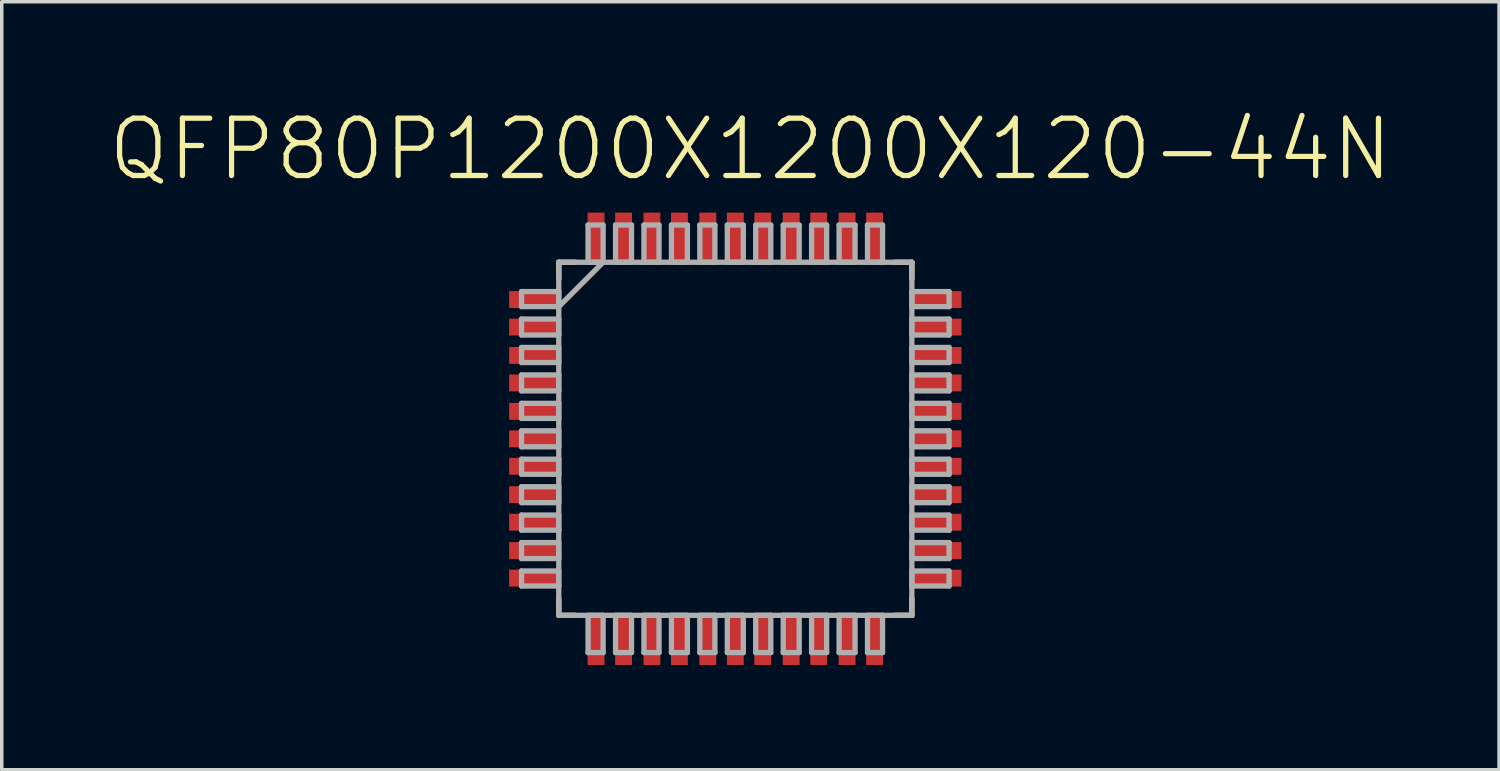
<source format=kicad_pcb>
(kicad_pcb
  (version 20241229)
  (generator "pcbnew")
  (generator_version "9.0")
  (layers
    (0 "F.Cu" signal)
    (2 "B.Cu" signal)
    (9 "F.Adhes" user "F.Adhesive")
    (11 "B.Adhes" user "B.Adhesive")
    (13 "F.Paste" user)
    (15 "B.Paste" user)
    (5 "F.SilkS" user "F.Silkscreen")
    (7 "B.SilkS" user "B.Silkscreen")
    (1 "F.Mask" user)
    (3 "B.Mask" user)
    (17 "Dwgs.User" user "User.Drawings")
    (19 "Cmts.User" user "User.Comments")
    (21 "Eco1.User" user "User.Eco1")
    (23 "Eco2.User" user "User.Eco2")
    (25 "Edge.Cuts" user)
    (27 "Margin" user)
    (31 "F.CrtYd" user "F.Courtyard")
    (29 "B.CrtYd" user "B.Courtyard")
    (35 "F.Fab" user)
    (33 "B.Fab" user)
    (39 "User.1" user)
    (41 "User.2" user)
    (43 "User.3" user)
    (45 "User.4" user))
  (footprint "QFP80P1200X1200X120-44N"
    (layer "F.Cu")
    (at 18.005 9.515)
    (property "Reference" "QFP80P1200X1200X120-44N" (at 0.432 -8.291 0) (layer "F.SilkS") (effects (font (size 1.642 1.642) (thickness 0.15))))
    (attr smd)
    (fp_line (start -5.055 -5.055) (end -5.055 -4.572) (stroke (width 0.152) (type solid)) (layer "F.SilkS"))
    (fp_line (start -5.055 4.572) (end -5.055 5.055) (stroke (width 0.152) (type solid)) (layer "F.SilkS"))
    (fp_line (start -5.055 5.055) (end -4.572 5.055) (stroke (width 0.152) (type solid)) (layer "F.SilkS"))
    (fp_line (start -4.572 -5.055) (end -5.055 -5.055) (stroke (width 0.152) (type solid)) (layer "F.SilkS"))
    (fp_line (start 4.572 5.055) (end 5.055 5.055) (stroke (width 0.152) (type solid)) (layer "F.SilkS"))
    (fp_line (start 5.055 -5.055) (end 4.572 -5.055) (stroke (width 0.152) (type solid)) (layer "F.SilkS"))
    (fp_line (start 5.055 -4.572) (end 5.055 -5.055) (stroke (width 0.152) (type solid)) (layer "F.SilkS"))
    (fp_line (start 5.055 5.055) (end 5.055 4.572) (stroke (width 0.152) (type solid)) (layer "F.SilkS"))
    (fp_line (start -6.121 -4.216) (end -6.121 -3.785) (stroke (width 0.152) (type solid)) (layer "F.Fab"))
    (fp_line (start -6.121 -3.785) (end -5.055 -3.785) (stroke (width 0.152) (type solid)) (layer "F.Fab"))
    (fp_line (start -6.121 -3.429) (end -6.121 -2.972) (stroke (width 0.152) (type solid)) (layer "F.Fab"))
    (fp_line (start -6.121 -2.972) (end -5.055 -2.972) (stroke (width 0.152) (type solid)) (layer "F.Fab"))
    (fp_line (start -6.121 -2.616) (end -6.121 -2.184) (stroke (width 0.152) (type solid)) (layer "F.Fab"))
    (fp_line (start -6.121 -2.184) (end -5.055 -2.184) (stroke (width 0.152) (type solid)) (layer "F.Fab"))
    (fp_line (start -6.121 -1.829) (end -6.121 -1.372) (stroke (width 0.152) (type solid)) (layer "F.Fab"))
    (fp_line (start -6.121 -1.372) (end -5.055 -1.372) (stroke (width 0.152) (type solid)) (layer "F.Fab"))
    (fp_line (start -6.121 -1.016) (end -6.121 -0.584) (stroke (width 0.152) (type solid)) (layer "F.Fab"))
    (fp_line (start -6.121 -0.584) (end -5.055 -0.584) (stroke (width 0.152) (type solid)) (layer "F.Fab"))
    (fp_line (start -6.121 -0.229) (end -6.121 0.229) (stroke (width 0.152) (type solid)) (layer "F.Fab"))
    (fp_line (start -6.121 0.229) (end -5.055 0.229) (stroke (width 0.152) (type solid)) (layer "F.Fab"))
    (fp_line (start -6.121 0.584) (end -6.121 1.016) (stroke (width 0.152) (type solid)) (layer "F.Fab"))
    (fp_line (start -6.121 1.016) (end -5.055 1.016) (stroke (width 0.152) (type solid)) (layer "F.Fab"))
    (fp_line (start -6.121 1.372) (end -6.121 1.829) (stroke (width 0.152) (type solid)) (layer "F.Fab"))
    (fp_line (start -6.121 1.829) (end -5.055 1.829) (stroke (width 0.152) (type solid)) (layer "F.Fab"))
    (fp_line (start -6.121 2.184) (end -6.121 2.616) (stroke (width 0.152) (type solid)) (layer "F.Fab"))
    (fp_line (start -6.121 2.616) (end -5.055 2.616) (stroke (width 0.152) (type solid)) (layer "F.Fab"))
    (fp_line (start -6.121 2.972) (end -6.121 3.429) (stroke (width 0.152) (type solid)) (layer "F.Fab"))
    (fp_line (start -6.121 3.429) (end -5.055 3.429) (stroke (width 0.152) (type solid)) (layer "F.Fab"))
    (fp_line (start -6.121 3.785) (end -6.121 4.216) (stroke (width 0.152) (type solid)) (layer "F.Fab"))
    (fp_line (start -6.121 4.216) (end -5.055 4.216) (stroke (width 0.152) (type solid)) (layer "F.Fab"))
    (fp_line (start -5.055 -5.055) (end -5.055 5.055) (stroke (width 0.152) (type solid)) (layer "F.Fab"))
    (fp_line (start -5.055 -4.216) (end -6.121 -4.216) (stroke (width 0.152) (type solid)) (layer "F.Fab"))
    (fp_line (start -5.055 -3.785) (end -5.055 -4.216) (stroke (width 0.152) (type solid)) (layer "F.Fab"))
    (fp_line (start -5.055 -3.785) (end -3.785 -5.055) (stroke (width 0.152) (type solid)) (layer "F.Fab"))
    (fp_line (start -5.055 -3.429) (end -6.121 -3.429) (stroke (width 0.152) (type solid)) (layer "F.Fab"))
    (fp_line (start -5.055 -2.972) (end -5.055 -3.429) (stroke (width 0.152) (type solid)) (layer "F.Fab"))
    (fp_line (start -5.055 -2.616) (end -6.121 -2.616) (stroke (width 0.152) (type solid)) (layer "F.Fab"))
    (fp_line (start -5.055 -2.184) (end -5.055 -2.616) (stroke (width 0.152) (type solid)) (layer "F.Fab"))
    (fp_line (start -5.055 -1.829) (end -6.121 -1.829) (stroke (width 0.152) (type solid)) (layer "F.Fab"))
    (fp_line (start -5.055 -1.372) (end -5.055 -1.829) (stroke (width 0.152) (type solid)) (layer "F.Fab"))
    (fp_line (start -5.055 -1.016) (end -6.121 -1.016) (stroke (width 0.152) (type solid)) (layer "F.Fab"))
    (fp_line (start -5.055 -0.584) (end -5.055 -1.016) (stroke (width 0.152) (type solid)) (layer "F.Fab"))
    (fp_line (start -5.055 -0.229) (end -6.121 -0.229) (stroke (width 0.152) (type solid)) (layer "F.Fab"))
    (fp_line (start -5.055 0.229) (end -5.055 -0.229) (stroke (width 0.152) (type solid)) (layer "F.Fab"))
    (fp_line (start -5.055 0.584) (end -6.121 0.584) (stroke (width 0.152) (type solid)) (layer "F.Fab"))
    (fp_line (start -5.055 1.016) (end -5.055 0.584) (stroke (width 0.152) (type solid)) (layer "F.Fab"))
    (fp_line (start -5.055 1.372) (end -6.121 1.372) (stroke (width 0.152) (type solid)) (layer "F.Fab"))
    (fp_line (start -5.055 1.829) (end -5.055 1.372) (stroke (width 0.152) (type solid)) (layer "F.Fab"))
    (fp_line (start -5.055 2.184) (end -6.121 2.184) (stroke (width 0.152) (type solid)) (layer "F.Fab"))
    (fp_line (start -5.055 2.616) (end -5.055 2.184) (stroke (width 0.152) (type solid)) (layer "F.Fab"))
    (fp_line (start -5.055 2.972) (end -6.121 2.972) (stroke (width 0.152) (type solid)) (layer "F.Fab"))
    (fp_line (start -5.055 3.429) (end -5.055 2.972) (stroke (width 0.152) (type solid)) (layer "F.Fab"))
    (fp_line (start -5.055 3.785) (end -6.121 3.785) (stroke (width 0.152) (type solid)) (layer "F.Fab"))
    (fp_line (start -5.055 4.216) (end -5.055 3.785) (stroke (width 0.152) (type solid)) (layer "F.Fab"))
    (fp_line (start -5.055 5.055) (end 5.055 5.055) (stroke (width 0.152) (type solid)) (layer "F.Fab"))
    (fp_line (start -4.216 -6.121) (end -4.216 -5.055) (stroke (width 0.152) (type solid)) (layer "F.Fab"))
    (fp_line (start -4.216 -5.055) (end -3.785 -5.055) (stroke (width 0.152) (type solid)) (layer "F.Fab"))
    (fp_line (start -4.216 5.055) (end -4.216 6.121) (stroke (width 0.152) (type solid)) (layer "F.Fab"))
    (fp_line (start -4.216 6.121) (end -3.785 6.121) (stroke (width 0.152) (type solid)) (layer "F.Fab"))
    (fp_line (start -3.785 -6.121) (end -4.216 -6.121) (stroke (width 0.152) (type solid)) (layer "F.Fab"))
    (fp_line (start -3.785 -5.055) (end -3.785 -6.121) (stroke (width 0.152) (type solid)) (layer "F.Fab"))
    (fp_line (start -3.785 5.055) (end -4.216 5.055) (stroke (width 0.152) (type solid)) (layer "F.Fab"))
    (fp_line (start -3.785 6.121) (end -3.785 5.055) (stroke (width 0.152) (type solid)) (layer "F.Fab"))
    (fp_line (start -3.429 -6.121) (end -3.429 -5.055) (stroke (width 0.152) (type solid)) (layer "F.Fab"))
    (fp_line (start -3.429 -5.055) (end -2.972 -5.055) (stroke (width 0.152) (type solid)) (layer "F.Fab"))
    (fp_line (start -3.429 5.055) (end -3.429 6.121) (stroke (width 0.152) (type solid)) (layer "F.Fab"))
    (fp_line (start -3.429 6.121) (end -2.972 6.121) (stroke (width 0.152) (type solid)) (layer "F.Fab"))
    (fp_line (start -2.972 -6.121) (end -3.429 -6.121) (stroke (width 0.152) (type solid)) (layer "F.Fab"))
    (fp_line (start -2.972 -5.055) (end -2.972 -6.121) (stroke (width 0.152) (type solid)) (layer "F.Fab"))
    (fp_line (start -2.972 5.055) (end -3.429 5.055) (stroke (width 0.152) (type solid)) (layer "F.Fab"))
    (fp_line (start -2.972 6.121) (end -2.972 5.055) (stroke (width 0.152) (type solid)) (layer "F.Fab"))
    (fp_line (start -2.616 -6.121) (end -2.616 -5.055) (stroke (width 0.152) (type solid)) (layer "F.Fab"))
    (fp_line (start -2.616 -5.055) (end -2.184 -5.055) (stroke (width 0.152) (type solid)) (layer "F.Fab"))
    (fp_line (start -2.616 5.055) (end -2.616 6.121) (stroke (width 0.152) (type solid)) (layer "F.Fab"))
    (fp_line (start -2.616 6.121) (end -2.184 6.121) (stroke (width 0.152) (type solid)) (layer "F.Fab"))
    (fp_line (start -2.184 -6.121) (end -2.616 -6.121) (stroke (width 0.152) (type solid)) (layer "F.Fab"))
    (fp_line (start -2.184 -5.055) (end -2.184 -6.121) (stroke (width 0.152) (type solid)) (layer "F.Fab"))
    (fp_line (start -2.184 5.055) (end -2.616 5.055) (stroke (width 0.152) (type solid)) (layer "F.Fab"))
    (fp_line (start -2.184 6.121) (end -2.184 5.055) (stroke (width 0.152) (type solid)) (layer "F.Fab"))
    (fp_line (start -1.829 -6.121) (end -1.829 -5.055) (stroke (width 0.152) (type solid)) (layer "F.Fab"))
    (fp_line (start -1.829 -5.055) (end -1.372 -5.055) (stroke (width 0.152) (type solid)) (layer "F.Fab"))
    (fp_line (start -1.829 5.055) (end -1.829 6.121) (stroke (width 0.152) (type solid)) (layer "F.Fab"))
    (fp_line (start -1.829 6.121) (end -1.372 6.121) (stroke (width 0.152) (type solid)) (layer "F.Fab"))
    (fp_line (start -1.372 -6.121) (end -1.829 -6.121) (stroke (width 0.152) (type solid)) (layer "F.Fab"))
    (fp_line (start -1.372 -5.055) (end -1.372 -6.121) (stroke (width 0.152) (type solid)) (layer "F.Fab"))
    (fp_line (start -1.372 5.055) (end -1.829 5.055) (stroke (width 0.152) (type solid)) (layer "F.Fab"))
    (fp_line (start -1.372 6.121) (end -1.372 5.055) (stroke (width 0.152) (type solid)) (layer "F.Fab"))
    (fp_line (start -1.016 -6.121) (end -1.016 -5.055) (stroke (width 0.152) (type solid)) (layer "F.Fab"))
    (fp_line (start -1.016 -5.055) (end -0.584 -5.055) (stroke (width 0.152) (type solid)) (layer "F.Fab"))
    (fp_line (start -1.016 5.055) (end -1.016 6.121) (stroke (width 0.152) (type solid)) (layer "F.Fab"))
    (fp_line (start -1.016 6.121) (end -0.584 6.121) (stroke (width 0.152) (type solid)) (layer "F.Fab"))
    (fp_line (start -0.584 -6.121) (end -1.016 -6.121) (stroke (width 0.152) (type solid)) (layer "F.Fab"))
    (fp_line (start -0.584 -5.055) (end -0.584 -6.121) (stroke (width 0.152) (type solid)) (layer "F.Fab"))
    (fp_line (start -0.584 5.055) (end -1.016 5.055) (stroke (width 0.152) (type solid)) (layer "F.Fab"))
    (fp_line (start -0.584 6.121) (end -0.584 5.055) (stroke (width 0.152) (type solid)) (layer "F.Fab"))
    (fp_line (start -0.229 -6.121) (end -0.229 -5.055) (stroke (width 0.152) (type solid)) (layer "F.Fab"))
    (fp_line (start -0.229 -5.055) (end 0.229 -5.055) (stroke (width 0.152) (type solid)) (layer "F.Fab"))
    (fp_line (start -0.229 5.055) (end -0.229 6.121) (stroke (width 0.152) (type solid)) (layer "F.Fab"))
    (fp_line (start -0.229 6.121) (end 0.229 6.121) (stroke (width 0.152) (type solid)) (layer "F.Fab"))
    (fp_line (start 0.229 -6.121) (end -0.229 -6.121) (stroke (width 0.152) (type solid)) (layer "F.Fab"))
    (fp_line (start 0.229 -5.055) (end 0.229 -6.121) (stroke (width 0.152) (type solid)) (layer "F.Fab"))
    (fp_line (start 0.229 5.055) (end -0.229 5.055) (stroke (width 0.152) (type solid)) (layer "F.Fab"))
    (fp_line (start 0.229 6.121) (end 0.229 5.055) (stroke (width 0.152) (type solid)) (layer "F.Fab"))
    (fp_line (start 0.584 -6.121) (end 0.584 -5.055) (stroke (width 0.152) (type solid)) (layer "F.Fab"))
    (fp_line (start 0.584 -5.055) (end 1.016 -5.055) (stroke (width 0.152) (type solid)) (layer "F.Fab"))
    (fp_line (start 0.584 5.055) (end 0.584 6.121) (stroke (width 0.152) (type solid)) (layer "F.Fab"))
    (fp_line (start 0.584 6.121) (end 1.016 6.121) (stroke (width 0.152) (type solid)) (layer "F.Fab"))
    (fp_line (start 1.016 -6.121) (end 0.584 -6.121) (stroke (width 0.152) (type solid)) (layer "F.Fab"))
    (fp_line (start 1.016 -5.055) (end 1.016 -6.121) (stroke (width 0.152) (type solid)) (layer "F.Fab"))
    (fp_line (start 1.016 5.055) (end 0.584 5.055) (stroke (width 0.152) (type solid)) (layer "F.Fab"))
    (fp_line (start 1.016 6.121) (end 1.016 5.055) (stroke (width 0.152) (type solid)) (layer "F.Fab"))
    (fp_line (start 1.372 -6.121) (end 1.372 -5.055) (stroke (width 0.152) (type solid)) (layer "F.Fab"))
    (fp_line (start 1.372 -5.055) (end 1.829 -5.055) (stroke (width 0.152) (type solid)) (layer "F.Fab"))
    (fp_line (start 1.372 5.055) (end 1.372 6.121) (stroke (width 0.152) (type solid)) (layer "F.Fab"))
    (fp_line (start 1.372 6.121) (end 1.829 6.121) (stroke (width 0.152) (type solid)) (layer "F.Fab"))
    (fp_line (start 1.829 -6.121) (end 1.372 -6.121) (stroke (width 0.152) (type solid)) (layer "F.Fab"))
    (fp_line (start 1.829 -5.055) (end 1.829 -6.121) (stroke (width 0.152) (type solid)) (layer "F.Fab"))
    (fp_line (start 1.829 5.055) (end 1.372 5.055) (stroke (width 0.152) (type solid)) (layer "F.Fab"))
    (fp_line (start 1.829 6.121) (end 1.829 5.055) (stroke (width 0.152) (type solid)) (layer "F.Fab"))
    (fp_line (start 2.184 -6.121) (end 2.184 -5.055) (stroke (width 0.152) (type solid)) (layer "F.Fab"))
    (fp_line (start 2.184 -5.055) (end 2.616 -5.055) (stroke (width 0.152) (type solid)) (layer "F.Fab"))
    (fp_line (start 2.184 5.055) (end 2.184 6.121) (stroke (width 0.152) (type solid)) (layer "F.Fab"))
    (fp_line (start 2.184 6.121) (end 2.616 6.121) (stroke (width 0.152) (type solid)) (layer "F.Fab"))
    (fp_line (start 2.616 -6.121) (end 2.184 -6.121) (stroke (width 0.152) (type solid)) (layer "F.Fab"))
    (fp_line (start 2.616 -5.055) (end 2.616 -6.121) (stroke (width 0.152) (type solid)) (layer "F.Fab"))
    (fp_line (start 2.616 5.055) (end 2.184 5.055) (stroke (width 0.152) (type solid)) (layer "F.Fab"))
    (fp_line (start 2.616 6.121) (end 2.616 5.055) (stroke (width 0.152) (type solid)) (layer "F.Fab"))
    (fp_line (start 2.972 -6.121) (end 2.972 -5.055) (stroke (width 0.152) (type solid)) (layer "F.Fab"))
    (fp_line (start 2.972 -5.055) (end 3.429 -5.055) (stroke (width 0.152) (type solid)) (layer "F.Fab"))
    (fp_line (start 2.972 5.055) (end 2.972 6.121) (stroke (width 0.152) (type solid)) (layer "F.Fab"))
    (fp_line (start 2.972 6.121) (end 3.429 6.121) (stroke (width 0.152) (type solid)) (layer "F.Fab"))
    (fp_line (start 3.429 -6.121) (end 2.972 -6.121) (stroke (width 0.152) (type solid)) (layer "F.Fab"))
    (fp_line (start 3.429 -5.055) (end 3.429 -6.121) (stroke (width 0.152) (type solid)) (layer "F.Fab"))
    (fp_line (start 3.429 5.055) (end 2.972 5.055) (stroke (width 0.152) (type solid)) (layer "F.Fab"))
    (fp_line (start 3.429 6.121) (end 3.429 5.055) (stroke (width 0.152) (type solid)) (layer "F.Fab"))
    (fp_line (start 3.785 -6.121) (end 3.785 -5.055) (stroke (width 0.152) (type solid)) (layer "F.Fab"))
    (fp_line (start 3.785 -5.055) (end 4.216 -5.055) (stroke (width 0.152) (type solid)) (layer "F.Fab"))
    (fp_line (start 3.785 5.055) (end 3.785 6.121) (stroke (width 0.152) (type solid)) (layer "F.Fab"))
    (fp_line (start 3.785 6.121) (end 4.216 6.121) (stroke (width 0.152) (type solid)) (layer "F.Fab"))
    (fp_line (start 4.216 -6.121) (end 3.785 -6.121) (stroke (width 0.152) (type solid)) (layer "F.Fab"))
    (fp_line (start 4.216 -5.055) (end 4.216 -6.121) (stroke (width 0.152) (type solid)) (layer "F.Fab"))
    (fp_line (start 4.216 5.055) (end 3.785 5.055) (stroke (width 0.152) (type solid)) (layer "F.Fab"))
    (fp_line (start 4.216 6.121) (end 4.216 5.055) (stroke (width 0.152) (type solid)) (layer "F.Fab"))
    (fp_line (start 5.055 -5.055) (end -5.055 -5.055) (stroke (width 0.152) (type solid)) (layer "F.Fab"))
    (fp_line (start 5.055 -4.216) (end 5.055 -3.785) (stroke (width 0.152) (type solid)) (layer "F.Fab"))
    (fp_line (start 5.055 -3.785) (end 6.121 -3.785) (stroke (width 0.152) (type solid)) (layer "F.Fab"))
    (fp_line (start 5.055 -3.429) (end 5.055 -2.972) (stroke (width 0.152) (type solid)) (layer "F.Fab"))
    (fp_line (start 5.055 -2.972) (end 6.121 -2.972) (stroke (width 0.152) (type solid)) (layer "F.Fab"))
    (fp_line (start 5.055 -2.616) (end 5.055 -2.184) (stroke (width 0.152) (type solid)) (layer "F.Fab"))
    (fp_line (start 5.055 -2.184) (end 6.121 -2.184) (stroke (width 0.152) (type solid)) (layer "F.Fab"))
    (fp_line (start 5.055 -1.829) (end 5.055 -1.372) (stroke (width 0.152) (type solid)) (layer "F.Fab"))
    (fp_line (start 5.055 -1.372) (end 6.121 -1.372) (stroke (width 0.152) (type solid)) (layer "F.Fab"))
    (fp_line (start 5.055 -1.016) (end 5.055 -0.584) (stroke (width 0.152) (type solid)) (layer "F.Fab"))
    (fp_line (start 5.055 -0.584) (end 6.121 -0.584) (stroke (width 0.152) (type solid)) (layer "F.Fab"))
    (fp_line (start 5.055 -0.229) (end 5.055 0.229) (stroke (width 0.152) (type solid)) (layer "F.Fab"))
    (fp_line (start 5.055 0.229) (end 6.121 0.229) (stroke (width 0.152) (type solid)) (layer "F.Fab"))
    (fp_line (start 5.055 0.584) (end 5.055 1.016) (stroke (width 0.152) (type solid)) (layer "F.Fab"))
    (fp_line (start 5.055 1.016) (end 6.121 1.016) (stroke (width 0.152) (type solid)) (layer "F.Fab"))
    (fp_line (start 5.055 1.372) (end 5.055 1.829) (stroke (width 0.152) (type solid)) (layer "F.Fab"))
    (fp_line (start 5.055 1.829) (end 6.121 1.829) (stroke (width 0.152) (type solid)) (layer "F.Fab"))
    (fp_line (start 5.055 2.184) (end 5.055 2.616) (stroke (width 0.152) (type solid)) (layer "F.Fab"))
    (fp_line (start 5.055 2.616) (end 6.121 2.616) (stroke (width 0.152) (type solid)) (layer "F.Fab"))
    (fp_line (start 5.055 2.972) (end 5.055 3.429) (stroke (width 0.152) (type solid)) (layer "F.Fab"))
    (fp_line (start 5.055 3.429) (end 6.121 3.429) (stroke (width 0.152) (type solid)) (layer "F.Fab"))
    (fp_line (start 5.055 3.785) (end 5.055 4.216) (stroke (width 0.152) (type solid)) (layer "F.Fab"))
    (fp_line (start 5.055 4.216) (end 6.121 4.216) (stroke (width 0.152) (type solid)) (layer "F.Fab"))
    (fp_line (start 5.055 5.055) (end 5.055 -5.055) (stroke (width 0.152) (type solid)) (layer "F.Fab"))
    (fp_line (start 6.121 -4.216) (end 5.055 -4.216) (stroke (width 0.152) (type solid)) (layer "F.Fab"))
    (fp_line (start 6.121 -3.785) (end 6.121 -4.216) (stroke (width 0.152) (type solid)) (layer "F.Fab"))
    (fp_line (start 6.121 -3.429) (end 5.055 -3.429) (stroke (width 0.152) (type solid)) (layer "F.Fab"))
    (fp_line (start 6.121 -2.972) (end 6.121 -3.429) (stroke (width 0.152) (type solid)) (layer "F.Fab"))
    (fp_line (start 6.121 -2.616) (end 5.055 -2.616) (stroke (width 0.152) (type solid)) (layer "F.Fab"))
    (fp_line (start 6.121 -2.184) (end 6.121 -2.616) (stroke (width 0.152) (type solid)) (layer "F.Fab"))
    (fp_line (start 6.121 -1.829) (end 5.055 -1.829) (stroke (width 0.152) (type solid)) (layer "F.Fab"))
    (fp_line (start 6.121 -1.372) (end 6.121 -1.829) (stroke (width 0.152) (type solid)) (layer "F.Fab"))
    (fp_line (start 6.121 -1.016) (end 5.055 -1.016) (stroke (width 0.152) (type solid)) (layer "F.Fab"))
    (fp_line (start 6.121 -0.584) (end 6.121 -1.016) (stroke (width 0.152) (type solid)) (layer "F.Fab"))
    (fp_line (start 6.121 -0.229) (end 5.055 -0.229) (stroke (width 0.152) (type solid)) (layer "F.Fab"))
    (fp_line (start 6.121 0.229) (end 6.121 -0.229) (stroke (width 0.152) (type solid)) (layer "F.Fab"))
    (fp_line (start 6.121 0.584) (end 5.055 0.584) (stroke (width 0.152) (type solid)) (layer "F.Fab"))
    (fp_line (start 6.121 1.016) (end 6.121 0.584) (stroke (width 0.152) (type solid)) (layer "F.Fab"))
    (fp_line (start 6.121 1.372) (end 5.055 1.372) (stroke (width 0.152) (type solid)) (layer "F.Fab"))
    (fp_line (start 6.121 1.829) (end 6.121 1.372) (stroke (width 0.152) (type solid)) (layer "F.Fab"))
    (fp_line (start 6.121 2.184) (end 5.055 2.184) (stroke (width 0.152) (type solid)) (layer "F.Fab"))
    (fp_line (start 6.121 2.616) (end 6.121 2.184) (stroke (width 0.152) (type solid)) (layer "F.Fab"))
    (fp_line (start 6.121 2.972) (end 5.055 2.972) (stroke (width 0.152) (type solid)) (layer "F.Fab"))
    (fp_line (start 6.121 3.429) (end 6.121 2.972) (stroke (width 0.152) (type solid)) (layer "F.Fab"))
    (fp_line (start 6.121 3.785) (end 5.055 3.785) (stroke (width 0.152) (type solid)) (layer "F.Fab"))
    (fp_line (start 6.121 4.216) (end 6.121 3.785) (stroke (width 0.152) (type solid)) (layer "F.Fab"))
    (pad "1" smd rect (at -5.74 -3.988 270) (size 0.483 1.473) (layers "F.Cu" "F.Mask" "F.Paste"))
    (pad "2" smd rect (at -5.74 -3.2 270) (size 0.483 1.473) (layers "F.Cu" "F.Mask" "F.Paste"))
    (pad "3" smd rect (at -5.74 -2.388 270) (size 0.483 1.473) (layers "F.Cu" "F.Mask" "F.Paste"))
    (pad "4" smd rect (at -5.74 -1.6 270) (size 0.483 1.473) (layers "F.Cu" "F.Mask" "F.Paste"))
    (pad "5" smd rect (at -5.74 -0.787 270) (size 0.483 1.473) (layers "F.Cu" "F.Mask" "F.Paste"))
    (pad "6" smd rect (at -5.74 0 270) (size 0.483 1.473) (layers "F.Cu" "F.Mask" "F.Paste"))
    (pad "7" smd rect (at -5.74 0.787 270) (size 0.483 1.473) (layers "F.Cu" "F.Mask" "F.Paste"))
    (pad "8" smd rect (at -5.74 1.6 270) (size 0.483 1.473) (layers "F.Cu" "F.Mask" "F.Paste"))
    (pad "9" smd rect (at -5.74 2.388 270) (size 0.483 1.473) (layers "F.Cu" "F.Mask" "F.Paste"))
    (pad "10" smd rect (at -5.74 3.2 270) (size 0.483 1.473) (layers "F.Cu" "F.Mask" "F.Paste"))
    (pad "11" smd rect (at -5.74 3.988 270) (size 0.483 1.473) (layers "F.Cu" "F.Mask" "F.Paste"))
    (pad "12" smd rect (at -3.988 5.74 180) (size 0.483 1.473) (layers "F.Cu" "F.Mask" "F.Paste"))
    (pad "13" smd rect (at -3.2 5.74 180) (size 0.483 1.473) (layers "F.Cu" "F.Mask" "F.Paste"))
    (pad "14" smd rect (at -2.388 5.74 180) (size 0.483 1.473) (layers "F.Cu" "F.Mask" "F.Paste"))
    (pad "15" smd rect (at -1.6 5.74 180) (size 0.483 1.473) (layers "F.Cu" "F.Mask" "F.Paste"))
    (pad "16" smd rect (at -0.787 5.74 180) (size 0.483 1.473) (layers "F.Cu" "F.Mask" "F.Paste"))
    (pad "17" smd rect (at 0 5.74 180) (size 0.483 1.473) (layers "F.Cu" "F.Mask" "F.Paste"))
    (pad "18" smd rect (at 0.787 5.74 180) (size 0.483 1.473) (layers "F.Cu" "F.Mask" "F.Paste"))
    (pad "19" smd rect (at 1.6 5.74 180) (size 0.483 1.473) (layers "F.Cu" "F.Mask" "F.Paste"))
    (pad "20" smd rect (at 2.388 5.74 180) (size 0.483 1.473) (layers "F.Cu" "F.Mask" "F.Paste"))
    (pad "21" smd rect (at 3.2 5.74 180) (size 0.483 1.473) (layers "F.Cu" "F.Mask" "F.Paste"))
    (pad "22" smd rect (at 3.988 5.74 180) (size 0.483 1.473) (layers "F.Cu" "F.Mask" "F.Paste"))
    (pad "23" smd rect (at 5.74 3.988 270) (size 0.483 1.473) (layers "F.Cu" "F.Mask" "F.Paste"))
    (pad "24" smd rect (at 5.74 3.2 270) (size 0.483 1.473) (layers "F.Cu" "F.Mask" "F.Paste"))
    (pad "25" smd rect (at 5.74 2.388 270) (size 0.483 1.473) (layers "F.Cu" "F.Mask" "F.Paste"))
    (pad "26" smd rect (at 5.74 1.6 270) (size 0.483 1.473) (layers "F.Cu" "F.Mask" "F.Paste"))
    (pad "27" smd rect (at 5.74 0.787 270) (size 0.483 1.473) (layers "F.Cu" "F.Mask" "F.Paste"))
    (pad "28" smd rect (at 5.74 0 270) (size 0.483 1.473) (layers "F.Cu" "F.Mask" "F.Paste"))
    (pad "29" smd rect (at 5.74 -0.787 270) (size 0.483 1.473) (layers "F.Cu" "F.Mask" "F.Paste"))
    (pad "30" smd rect (at 5.74 -1.6 270) (size 0.483 1.473) (layers "F.Cu" "F.Mask" "F.Paste"))
    (pad "31" smd rect (at 5.74 -2.388 270) (size 0.483 1.473) (layers "F.Cu" "F.Mask" "F.Paste"))
    (pad "32" smd rect (at 5.74 -3.2 270) (size 0.483 1.473) (layers "F.Cu" "F.Mask" "F.Paste"))
    (pad "33" smd rect (at 5.74 -3.988 270) (size 0.483 1.473) (layers "F.Cu" "F.Mask" "F.Paste"))
    (pad "34" smd rect (at 3.988 -5.74 180) (size 0.483 1.473) (layers "F.Cu" "F.Mask" "F.Paste"))
    (pad "35" smd rect (at 3.2 -5.74 180) (size 0.483 1.473) (layers "F.Cu" "F.Mask" "F.Paste"))
    (pad "36" smd rect (at 2.388 -5.74 180) (size 0.483 1.473) (layers "F.Cu" "F.Mask" "F.Paste"))
    (pad "37" smd rect (at 1.6 -5.74 180) (size 0.483 1.473) (layers "F.Cu" "F.Mask" "F.Paste"))
    (pad "38" smd rect (at 0.787 -5.74 180) (size 0.483 1.473) (layers "F.Cu" "F.Mask" "F.Paste"))
    (pad "39" smd rect (at 0 -5.74 180) (size 0.483 1.473) (layers "F.Cu" "F.Mask" "F.Paste"))
    (pad "40" smd rect (at -0.787 -5.74 180) (size 0.483 1.473) (layers "F.Cu" "F.Mask" "F.Paste"))
    (pad "41" smd rect (at -1.6 -5.74 180) (size 0.483 1.473) (layers "F.Cu" "F.Mask" "F.Paste"))
    (pad "42" smd rect (at -2.388 -5.74 180) (size 0.483 1.473) (layers "F.Cu" "F.Mask" "F.Paste"))
    (pad "43" smd rect (at -3.2 -5.74 180) (size 0.483 1.473) (layers "F.Cu" "F.Mask" "F.Paste"))
    (pad "44" smd rect (at -3.988 -5.74 180) (size 0.483 1.473) (layers "F.Cu" "F.Mask" "F.Paste")))
  (gr_rect
    (start -3 -3)
    (end 39.874 18.992)
    (stroke (width 0.1) (type default))
    (fill no)
    (layer "Edge.Cuts")))
</source>
